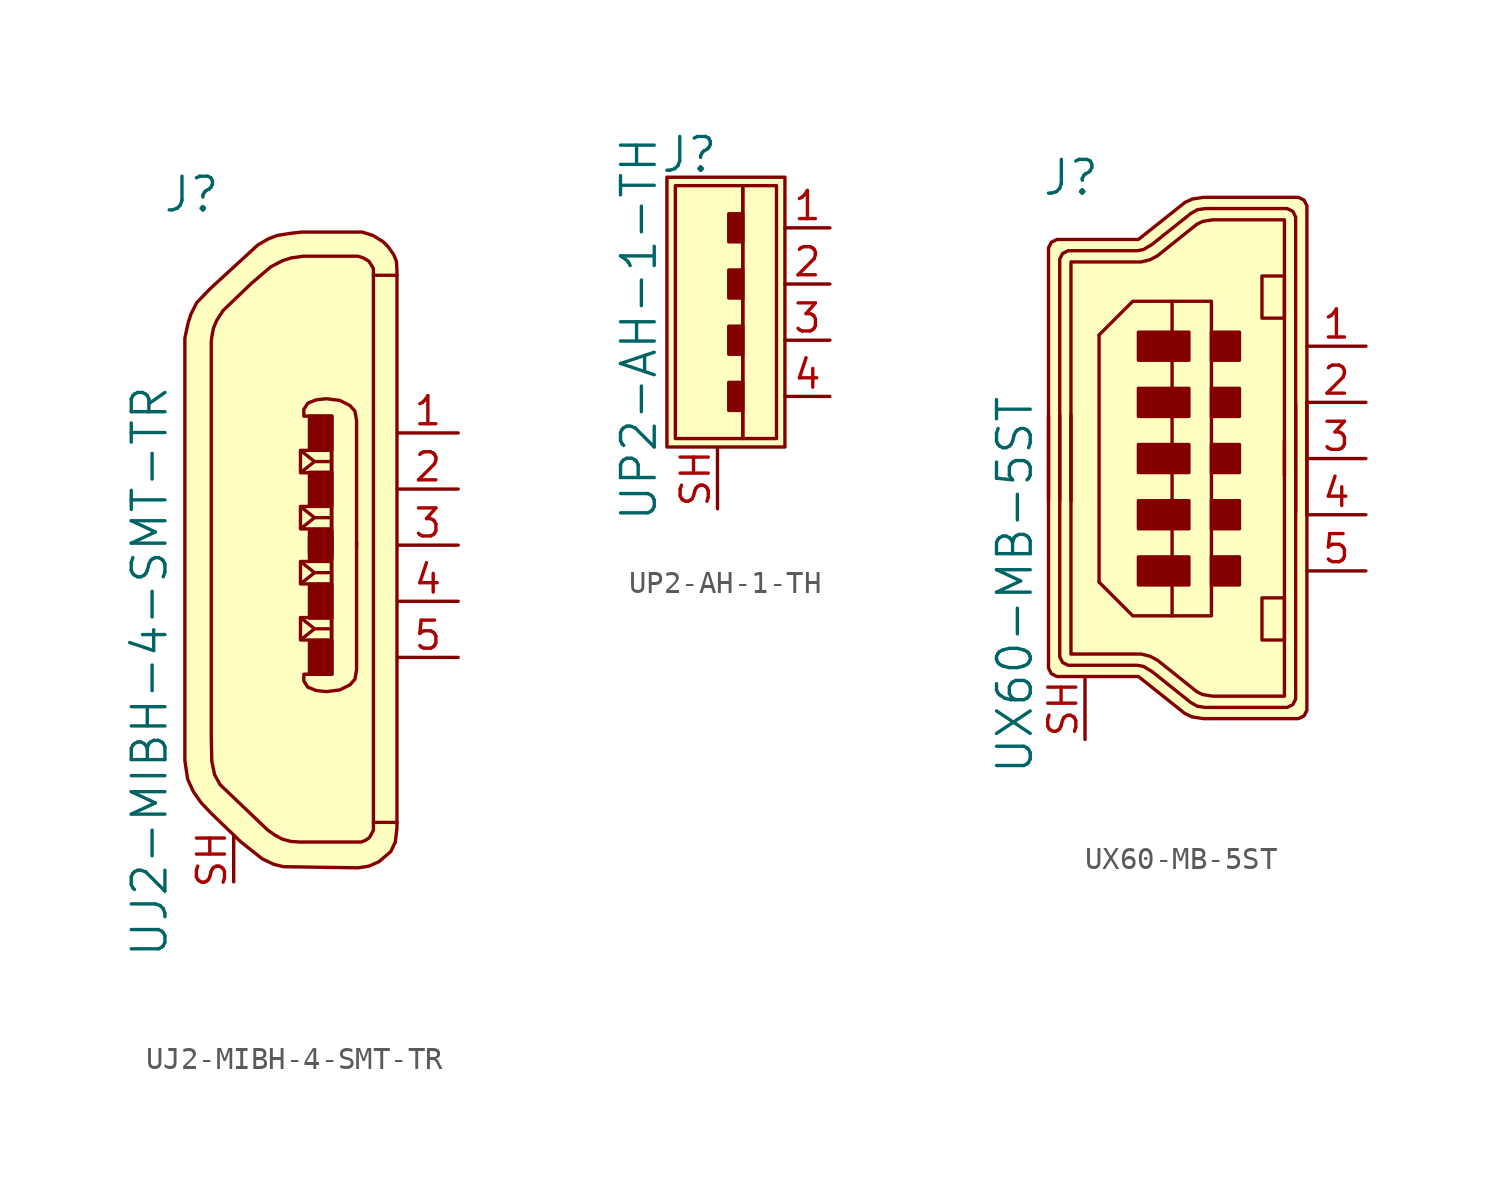
<source format=kicad_sym>
(kicad_symbol_lib
  (version 20220914)
  (generator kicad_symbol_editor)
  (symbol "UJ2-MIBH-4-SMT-TR"
    (pin_names
      (offset 1.016))
    (property "Reference" "J"
      (at -4.445 15.875 0)
      (effects (font (size 1.524 1.524))))
    (property "Value" "UJ2-MIBH-4-SMT-TR"
      (at -6.35 -5.715 90)
      (effects (font (size 1.524 1.524))))
    (symbol "UJ2-MIBH-4-SMT-TR_0_1"
      (polyline (pts (xy 3.785 12.243) (xy 3.785 -12.548)) (stroke (width 0) (type default)) (fill (type none)))
      (polyline (pts (xy 0.483 -4.293) (xy 0.483 -3.277) (xy 1.88 -3.277) (xy 1.88 -4.293) (xy 0.483 -4.293) (xy 1.118 -3.785) (xy 0.483 -3.277) (xy 1.88 -3.277) (xy 1.88 -3.785) (xy 1.118 -3.785)) (stroke (width 0) (type default)) (fill (type none)))
      (polyline (pts (xy 0.483 -1.753) (xy 0.483 -0.737) (xy 1.88 -0.737) (xy 1.88 -1.753) (xy 0.483 -1.753) (xy 1.118 -1.245) (xy 0.483 -0.737) (xy 1.88 -0.737) (xy 1.88 -1.245) (xy 1.118 -1.245)) (stroke (width 0) (type default)) (fill (type none)))
      (polyline (pts (xy 0.483 1.753) (xy 0.483 0.737) (xy 1.88 0.737) (xy 1.88 1.753) (xy 0.483 1.753) (xy 1.118 1.245) (xy 0.483 0.737) (xy 1.88 0.737) (xy 1.88 1.245) (xy 1.118 1.245)) (stroke (width 0) (type default)) (fill (type none)))
      (polyline (pts (xy 0.483 4.293) (xy 0.483 3.277) (xy 1.88 3.277) (xy 1.88 4.293) (xy 0.483 4.293) (xy 1.118 3.785) (xy 0.483 3.277) (xy 1.88 3.277) (xy 1.88 3.785) (xy 1.118 3.785)) (stroke (width 0) (type default)) (fill (type none)))
      (polyline (pts (xy 1.905 -0.025) (xy 1.905 5.842) (xy 0.635 5.842) (xy 0.635 6.147) (xy 0.813 6.426) (xy 1.194 6.579) (xy 1.651 6.629) (xy 2.261 6.553) (xy 2.718 6.325) (xy 2.946 6.071) (xy 3.023 5.639) (xy 3.023 4.801) (xy 3.023 -0.127)) (stroke (width 0) (type default)) (fill (type none)))
      (polyline (pts (xy 1.905 0.025) (xy 1.905 -5.842) (xy 0.635 -5.842) (xy 0.635 -6.147) (xy 0.813 -6.426) (xy 1.194 -6.579) (xy 1.651 -6.629) (xy 2.261 -6.553) (xy 2.718 -6.325) (xy 2.946 -6.071) (xy 3.023 -5.639) (xy 3.023 -4.801) (xy 3.023 0.127)) (stroke (width 0) (type default)) (fill (type none)))
      (polyline (pts (xy 4.851 -12.548) (xy 3.835 -12.548) (xy 3.785 -12.548) (xy 3.785 -12.903) (xy 3.607 -13.233) (xy 3.429 -13.36) (xy 3.226 -13.437) (xy 0.457 -13.437) (xy 0.051 -13.411) (xy -0.33 -13.31) (xy -0.66 -13.132) (xy -0.991 -12.903) (xy -3.15 -10.846) (xy -3.404 -10.389) (xy -3.531 -9.779) (xy -3.556 -8.636) (xy -3.556 9.22) (xy -3.531 9.423) (xy -3.454 9.83) (xy -3.302 10.185) (xy -3.023 10.617) (xy -1.753 11.836) (xy -0.864 12.598) (xy -0.33 12.878) (xy 0.076 13.005) (xy 0.61 13.081) (xy 3.073 13.081) (xy 3.327 13.005) (xy 3.581 12.852) (xy 3.785 12.522) (xy 3.785 12.217) (xy 4.851 12.217)) (stroke (width 0) (type default)) (fill (type none)))
      (polyline (pts (xy 4.851 -11.481) (xy 4.851 -12.802) (xy 4.775 -13.437) (xy 4.572 -13.868) (xy 4.039 -14.326) (xy 3.581 -14.529) (xy 3.099 -14.605) (xy -0.279 -14.554) (xy -0.711 -14.453) (xy -1.245 -14.199) (xy -2.21 -13.437) (xy -3.556 -12.141) (xy -4.013 -11.659) (xy -4.369 -11.151) (xy -4.623 -10.592) (xy -4.75 -9.754) (xy -4.75 9.373) (xy -4.597 10.084) (xy -4.47 10.465) (xy -4.216 10.973) (xy -3.607 11.608) (xy -1.448 13.589) (xy -0.965 13.868) (xy -0.559 14.021) (xy 0.076 14.122) (xy 0.559 14.173) (xy 3.277 14.173) (xy 3.759 14.021) (xy 4.216 13.741) (xy 4.445 13.513) (xy 4.699 13.157) (xy 4.826 12.852) (xy 4.851 12.446) (xy 4.851 -11.506)) (stroke (width 0) (type default)) (fill (type background)))
      (rectangle (start 0.889 -4.318) (end 1.905 -5.842) (stroke (width 0) (type default)) (fill (type outline)))
      (rectangle (start 0.889 -3.302) (end 1.905 -1.778) (stroke (width 0) (type default)) (fill (type outline)))
      (rectangle (start 0.889 -0.635) (end 1.905 0.381) (stroke (width 0) (type default)) (fill (type outline)))
      (rectangle (start 0.889 0.635) (end 1.905 -0.381) (stroke (width 0) (type default)) (fill (type outline)))
      (rectangle (start 0.889 3.302) (end 1.905 1.778) (stroke (width 0) (type default)) (fill (type outline)))
      (rectangle (start 0.889 4.318) (end 1.905 5.842) (stroke (width 0) (type default)) (fill (type outline))))
    (symbol "UJ2-MIBH-4-SMT-TR_1_1"
      (pin passive line (at 7.62 5.08 180) (length 2.743) (name "~" (effects (font (size 1.27 1.27)))) (number "1" (effects (font (size 1.27 1.27)))))
      (pin passive line (at 7.62 2.54 180) (length 2.743) (name "~" (effects (font (size 1.27 1.27)))) (number "2" (effects (font (size 1.27 1.27)))))
      (pin passive line (at 7.62 0 180) (length 2.743) (name "~" (effects (font (size 1.27 1.27)))) (number "3" (effects (font (size 1.27 1.27)))))
      (pin passive line (at 7.62 -2.54 180) (length 2.743) (name "~" (effects (font (size 1.27 1.27)))) (number "4" (effects (font (size 1.27 1.27)))))
      (pin passive line (at 7.62 -5.08 180) (length 2.743) (name "~" (effects (font (size 1.27 1.27)))) (number "5" (effects (font (size 1.27 1.27)))))
      (pin passive line (at -2.54 -15.24 90) (length 2.032) (name "~" (effects (font (size 1.27 1.27)))) (number "SH" (effects (font (size 1.27 1.27)))))))
  (symbol "UP2-AH-1-TH"
    (pin_names
      (offset 1.016))
    (property "Reference" "J"
      (at -1.27 8.382 0)
      (effects (font (size 1.524 1.524))))
    (property "Value" "UP2-AH-1-TH"
      (at -3.556 0.508 90)
      (effects (font (size 1.524 1.524))))
    (symbol "UP2-AH-1-TH_0_1"
      (rectangle (start -1.905 6.985) (end 1.143 -4.445) (stroke (width 0) (type default)) (fill (type none)))
      (polyline (pts (xy -2.286 7.366) (xy 3.048 7.366) (xy 3.048 -4.826) (xy -2.286 -4.826) (xy -2.286 7.366)) (stroke (width 0) (type default)) (fill (type background)))
      (rectangle (start 1.143 -1.905) (end 0.508 -3.175) (stroke (width 0) (type default)) (fill (type outline)))
      (rectangle (start 1.143 0.635) (end 0.508 -0.635) (stroke (width 0) (type default)) (fill (type outline)))
      (rectangle (start 1.143 3.175) (end 0.508 1.905) (stroke (width 0) (type default)) (fill (type outline)))
      (rectangle (start 1.143 4.445) (end 0.508 5.715) (stroke (width 0) (type default)) (fill (type outline)))
      (rectangle (start 1.143 6.985) (end 2.667 -4.445) (stroke (width 0) (type default)) (fill (type none))))
    (symbol "UP2-AH-1-TH_1_1"
      (pin passive line (at 5.08 5.08 180) (length 2.032) (name "~" (effects (font (size 1.27 1.27)))) (number "1" (effects (font (size 1.27 1.27)))))
      (pin passive line (at 5.08 2.54 180) (length 2.032) (name "~" (effects (font (size 1.27 1.27)))) (number "2" (effects (font (size 1.27 1.27)))))
      (pin passive line (at 5.08 0 180) (length 2.032) (name "~" (effects (font (size 1.27 1.27)))) (number "3" (effects (font (size 1.27 1.27)))))
      (pin passive line (at 5.08 -2.54 180) (length 2.032) (name "~" (effects (font (size 1.27 1.27)))) (number "4" (effects (font (size 1.27 1.27)))))
      (pin passive line (at 0 -7.62 90) (length 2.743) (name "~" (effects (font (size 1.27 1.27)))) (number "SH" (effects (font (size 1.27 1.27)))))))
  (symbol "UX60-MB-5ST"
    (pin_names
      (offset 1.016))
    (property "Reference" "J"
      (at -5.715 12.7 0)
      (effects (font (size 1.524 1.524))))
    (property "Value" "UX60-MB-5ST"
      (at -8.255 -5.715 90)
      (effects (font (size 1.524 1.524))))
    (symbol "UX60-MB-5ST_0_1"
      (rectangle (start -0.381 -5.715) (end -2.667 -4.445) (stroke (width 0) (type default)) (fill (type outline)))
      (rectangle (start -0.381 -3.175) (end -2.667 -1.905) (stroke (width 0) (type default)) (fill (type outline)))
      (rectangle (start -0.381 -0.635) (end -2.667 0.635) (stroke (width 0) (type default)) (fill (type outline)))
      (rectangle (start -0.381 1.905) (end -2.667 3.175) (stroke (width 0) (type default)) (fill (type outline)))
      (rectangle (start -0.381 4.445) (end -2.667 5.715) (stroke (width 0) (type default)) (fill (type outline)))
      (polyline (pts (xy -4.445 5.588) (xy -4.445 -5.588)) (stroke (width 0) (type default)) (fill (type none)))
      (polyline (pts (xy -4.445 -5.588) (xy -2.921 -7.112) (xy -1.143 -7.112)) (stroke (width 0) (type default)) (fill (type none)))
      (polyline (pts (xy -4.445 5.588) (xy -2.921 7.112) (xy -1.143 7.112)) (stroke (width 0) (type default)) (fill (type none)))
      (polyline (pts (xy 3.937 -0.762) (xy 3.937 10.795) (xy 0.686 10.795) (xy 0.229 10.719) (xy -0.025 10.592) (xy -1.803 9.169) (xy -2.134 8.992) (xy -2.54 8.89) (xy -5.715 8.89) (xy -5.715 -1.905)) (stroke (width 0) (type default)) (fill (type none)))
      (polyline (pts (xy 3.937 0.813) (xy 3.937 -10.744) (xy 0.686 -10.744) (xy 0.229 -10.668) (xy -0.025 -10.541) (xy -1.803 -9.119) (xy -2.134 -8.941) (xy -2.54 -8.839) (xy -5.715 -8.839) (xy -5.715 1.956)) (stroke (width 0) (type default)) (fill (type none)))
      (polyline (pts (xy 4.953 -2.54) (xy 4.953 11.176) (xy 4.953 11.43) (xy 4.826 11.684) (xy 4.572 11.811) (xy 4.318 11.811) (xy 0.279 11.811) (xy -0.229 11.735) (xy -0.559 11.582) (xy -2.667 9.906) (xy -6.096 9.906) (xy -6.35 9.906) (xy -6.604 9.779) (xy -6.731 9.525) (xy -6.731 9.271) (xy -6.731 -1.905)) (stroke (width 0) (type default)) (fill (type background)))
      (polyline (pts (xy 4.953 2.591) (xy 4.953 -11.125) (xy 4.953 -11.379) (xy 4.826 -11.633) (xy 4.572 -11.76) (xy 4.318 -11.76) (xy 0.279 -11.76) (xy -0.229 -11.684) (xy -0.559 -11.532) (xy -2.667 -9.855) (xy -6.096 -9.855) (xy -6.35 -9.855) (xy -6.604 -9.728) (xy -6.731 -9.474) (xy -6.731 -9.22) (xy -6.731 1.956)) (stroke (width 0) (type default)) (fill (type background)))
      (polyline (pts (xy 4.445 -2.413) (xy 4.445 10.668) (xy 4.445 10.922) (xy 4.318 11.176) (xy 4.064 11.303) (xy 3.81 11.303) (xy 0.356 11.303) (xy 0 11.252) (xy -0.305 11.074) (xy -2.057 9.677) (xy -2.438 9.449) (xy -2.718 9.398) (xy -5.588 9.398) (xy -5.842 9.398) (xy -6.096 9.271) (xy -6.223 9.017) (xy -6.223 8.763) (xy -6.223 -1.905)) (stroke (width 0) (type default)) (fill (type none)))
      (polyline (pts (xy 4.445 2.464) (xy 4.445 -10.617) (xy 4.445 -10.871) (xy 4.318 -11.125) (xy 4.064 -11.252) (xy 3.81 -11.252) (xy 0.356 -11.252) (xy 0 -11.201) (xy -0.305 -11.024) (xy -2.057 -9.627) (xy -2.438 -9.398) (xy -2.718 -9.347) (xy -5.588 -9.347) (xy -5.842 -9.347) (xy -6.096 -9.22) (xy -6.223 -8.966) (xy -6.223 -8.712) (xy -6.223 1.956)) (stroke (width 0) (type default)) (fill (type none)))
      (rectangle (start 0.635 -7.112) (end -1.143 7.112) (stroke (width 0) (type default)) (fill (type none)))
      (rectangle (start 1.905 -4.445) (end 0.635 -5.715) (stroke (width 0) (type default)) (fill (type outline)))
      (rectangle (start 1.905 -1.905) (end 0.635 -3.175) (stroke (width 0) (type default)) (fill (type outline)))
      (rectangle (start 1.905 0.635) (end 0.635 -0.635) (stroke (width 0) (type default)) (fill (type outline)))
      (rectangle (start 1.905 3.175) (end 0.635 1.905) (stroke (width 0) (type default)) (fill (type outline)))
      (rectangle (start 1.905 5.715) (end 0.635 4.445) (stroke (width 0) (type default)) (fill (type outline)))
      (rectangle (start 2.921 -8.204) (end 3.937 -6.299) (stroke (width 0) (type default)) (fill (type none)))
      (rectangle (start 2.921 8.255) (end 3.937 6.35) (stroke (width 0) (type default)) (fill (type none))))
    (symbol "UX60-MB-5ST_1_1"
      (pin passive line (at 7.62 5.08 180) (length 2.667) (name "~" (effects (font (size 1.27 1.27)))) (number "1" (effects (font (size 1.27 1.27)))))
      (pin passive line (at 7.62 2.54 180) (length 2.667) (name "~" (effects (font (size 1.27 1.27)))) (number "2" (effects (font (size 1.27 1.27)))))
      (pin passive line (at 7.62 0 180) (length 2.667) (name "~" (effects (font (size 1.27 1.27)))) (number "3" (effects (font (size 1.27 1.27)))))
      (pin passive line (at 7.62 -2.54 180) (length 2.667) (name "~" (effects (font (size 1.27 1.27)))) (number "4" (effects (font (size 1.27 1.27)))))
      (pin passive line (at 7.62 -5.08 180) (length 2.667) (name "~" (effects (font (size 1.27 1.27)))) (number "5" (effects (font (size 1.27 1.27)))))
      (pin passive line (at -5.08 -12.7 90) (length 2.794) (name "~" (effects (font (size 1.27 1.27)))) (number "SH" (effects (font (size 1.27 1.27))))))))
</source>
